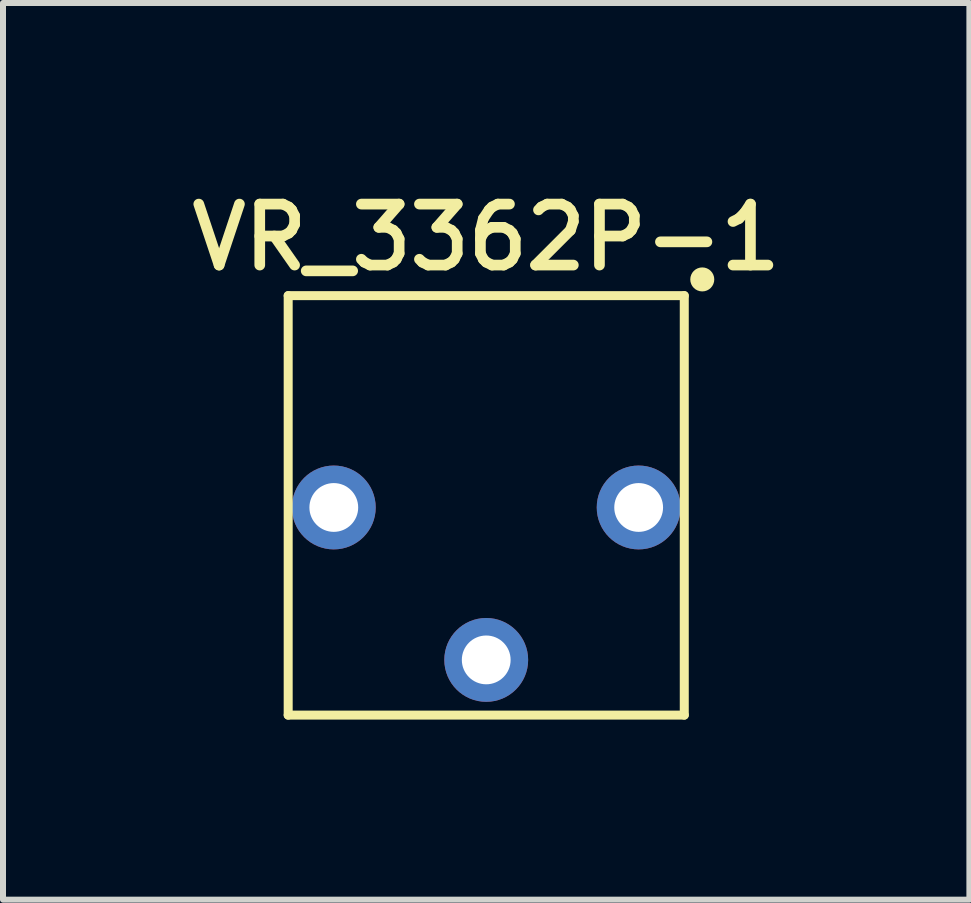
<source format=kicad_pcb>
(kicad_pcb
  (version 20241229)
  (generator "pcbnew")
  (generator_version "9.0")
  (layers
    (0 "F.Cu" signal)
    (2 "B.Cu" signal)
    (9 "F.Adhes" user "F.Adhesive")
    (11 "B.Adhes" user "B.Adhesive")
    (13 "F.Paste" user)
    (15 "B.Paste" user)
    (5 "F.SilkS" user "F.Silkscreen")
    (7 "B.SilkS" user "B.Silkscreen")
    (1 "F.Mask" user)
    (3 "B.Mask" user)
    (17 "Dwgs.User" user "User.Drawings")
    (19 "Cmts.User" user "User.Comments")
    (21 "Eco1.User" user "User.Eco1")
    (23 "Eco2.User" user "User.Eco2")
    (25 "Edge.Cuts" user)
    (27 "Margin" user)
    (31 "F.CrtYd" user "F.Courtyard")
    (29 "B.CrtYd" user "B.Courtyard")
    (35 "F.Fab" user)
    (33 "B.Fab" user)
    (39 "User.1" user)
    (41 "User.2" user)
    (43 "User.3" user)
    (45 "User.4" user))
  (footprint "VR_3362P-1"
    (layer "F.Cu")
    (at 5.052 5.406)
    (property "Reference" "VR_3362P-1" (at 0 -4.5 0) (layer "F.SilkS") (effects (font (size 1.016 1.016) (thickness 0.178))))
    (attr through_hole)
    (fp_line (start -3.3 -3.53) (end -3.3 3.46) (stroke (width 0.15) (type solid)) (layer "F.SilkS"))
    (fp_line (start -3.3 3.46) (end 3.3 3.46) (stroke (width 0.15) (type solid)) (layer "F.SilkS"))
    (fp_line (start 3.3 -3.53) (end -3.3 -3.53) (stroke (width 0.15) (type solid)) (layer "F.SilkS"))
    (fp_line (start 3.3 3.46) (end 3.3 -3.53) (stroke (width 0.15) (type solid)) (layer "F.SilkS"))
    (fp_circle (center 3.6 -3.8) (end 3.7 -3.8) (stroke (width 0.2) (type solid)) (fill no) (layer "F.SilkS"))
    (pad "1" thru_hole circle (at 2.54 0) (size 1.397 1.397) (drill 0.813) (layers "*.Cu" "*.Mask"))
    (pad "2" thru_hole circle (at 0 2.54) (size 1.397 1.397) (drill 0.813) (layers "*.Cu" "*.Mask"))
    (pad "3" thru_hole circle (at -2.54 0) (size 1.397 1.397) (drill 0.813) (layers "*.Cu" "*.Mask")))
  (gr_rect
    (start -3 -3)
    (end 13.103 11.941)
    (stroke (width 0.1) (type default))
    (fill no)
    (layer "Edge.Cuts")))
</source>
